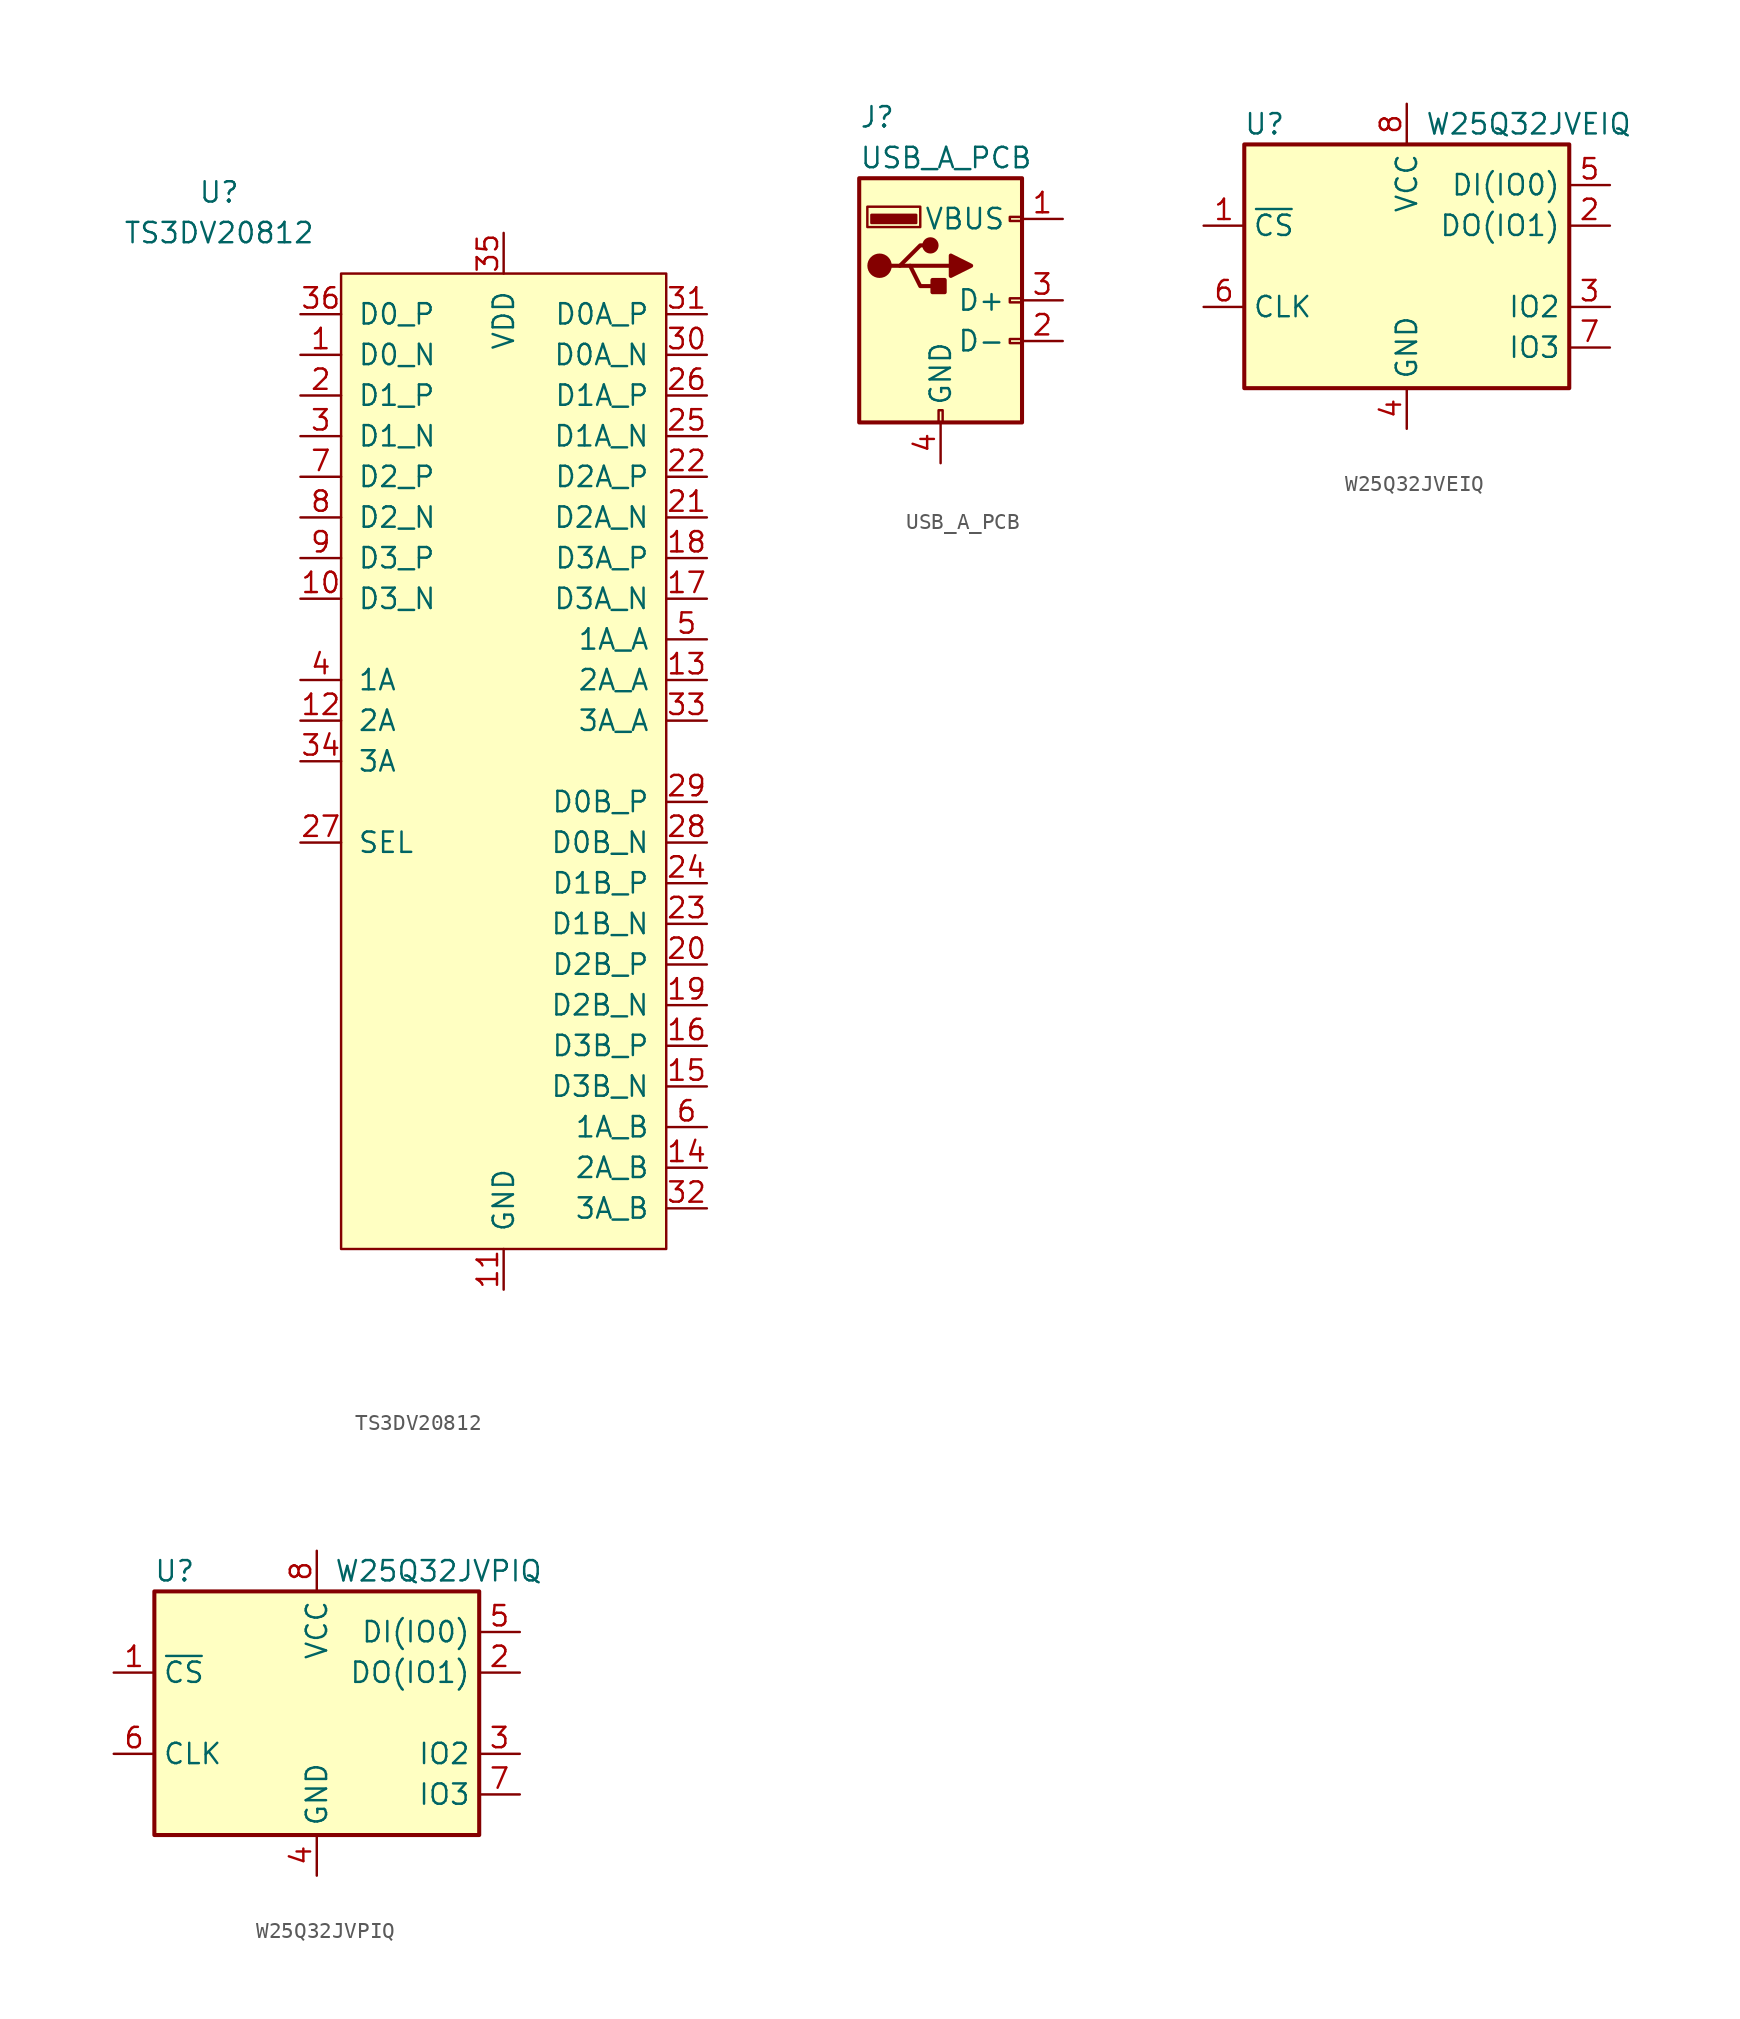
<source format=kicad_sym>
(kicad_symbol_lib
  (version 20241209)
  (generator "kicad_symbol_editor")
  (generator_version "9.0")
  (symbol "TS3DV20812"
    (pin_names
      (offset 1.016))
    (property "Reference" "U"
      (at -7.62 5.08 0)
      (effects (font (size 1.27 1.27))))
    (property "Value" "TS3DV20812"
      (at -7.62 2.54 0)
      (effects (font (size 1.27 1.27))))
    (symbol "TS3DV20812_0_1"
      (rectangle (start 0 0) (end 20.32 -60.96) (stroke (width 0) (type solid)) (fill (type background))))
    (symbol "TS3DV20812_1_1"
      (pin input line (at -2.54 -2.54 0) (length 2.54) (name "D0_P" (effects (font (size 1.27 1.27)))) (number "36" (effects (font (size 1.27 1.27)))))
      (pin input line (at -2.54 -5.08 0) (length 2.54) (name "D0_N" (effects (font (size 1.27 1.27)))) (number "1" (effects (font (size 1.27 1.27)))))
      (pin input line (at -2.54 -7.62 0) (length 2.54) (name "D1_P" (effects (font (size 1.27 1.27)))) (number "2" (effects (font (size 1.27 1.27)))))
      (pin input line (at -2.54 -10.16 0) (length 2.54) (name "D1_N" (effects (font (size 1.27 1.27)))) (number "3" (effects (font (size 1.27 1.27)))))
      (pin input line (at -2.54 -12.7 0) (length 2.54) (name "D2_P" (effects (font (size 1.27 1.27)))) (number "7" (effects (font (size 1.27 1.27)))))
      (pin input line (at -2.54 -15.24 0) (length 2.54) (name "D2_N" (effects (font (size 1.27 1.27)))) (number "8" (effects (font (size 1.27 1.27)))))
      (pin input line (at -2.54 -17.78 0) (length 2.54) (name "D3_P" (effects (font (size 1.27 1.27)))) (number "9" (effects (font (size 1.27 1.27)))))
      (pin input line (at -2.54 -20.32 0) (length 2.54) (name "D3_N" (effects (font (size 1.27 1.27)))) (number "10" (effects (font (size 1.27 1.27)))))
      (pin input line (at -2.54 -25.4 0) (length 2.54) (name "1A" (effects (font (size 1.27 1.27)))) (number "4" (effects (font (size 1.27 1.27)))))
      (pin input line (at -2.54 -27.94 0) (length 2.54) (name "2A" (effects (font (size 1.27 1.27)))) (number "12" (effects (font (size 1.27 1.27)))))
      (pin input line (at -2.54 -30.48 0) (length 2.54) (name "3A" (effects (font (size 1.27 1.27)))) (number "34" (effects (font (size 1.27 1.27)))))
      (pin input line (at -2.54 -35.56 0) (length 2.54) (name "SEL" (effects (font (size 1.27 1.27)))) (number "27" (effects (font (size 1.27 1.27)))))
      (pin power_in line (at 10.16 2.54 270) (length 2.54) (name "VDD" (effects (font (size 1.27 1.27)))) (number "35" (effects (font (size 1.27 1.27)))))
      (pin power_in line (at 10.16 -63.5 90) (length 2.54) (name "GND" (effects (font (size 1.27 1.27)))) (number "11" (effects (font (size 1.27 1.27)))))
      (pin output line (at 22.86 -2.54 180) (length 2.54) (name "D0A_P" (effects (font (size 1.27 1.27)))) (number "31" (effects (font (size 1.27 1.27)))))
      (pin output line (at 22.86 -5.08 180) (length 2.54) (name "D0A_N" (effects (font (size 1.27 1.27)))) (number "30" (effects (font (size 1.27 1.27)))))
      (pin output line (at 22.86 -7.62 180) (length 2.54) (name "D1A_P" (effects (font (size 1.27 1.27)))) (number "26" (effects (font (size 1.27 1.27)))))
      (pin output line (at 22.86 -10.16 180) (length 2.54) (name "D1A_N" (effects (font (size 1.27 1.27)))) (number "25" (effects (font (size 1.27 1.27)))))
      (pin output line (at 22.86 -12.7 180) (length 2.54) (name "D2A_P" (effects (font (size 1.27 1.27)))) (number "22" (effects (font (size 1.27 1.27)))))
      (pin output line (at 22.86 -15.24 180) (length 2.54) (name "D2A_N" (effects (font (size 1.27 1.27)))) (number "21" (effects (font (size 1.27 1.27)))))
      (pin output line (at 22.86 -17.78 180) (length 2.54) (name "D3A_P" (effects (font (size 1.27 1.27)))) (number "18" (effects (font (size 1.27 1.27)))))
      (pin output line (at 22.86 -20.32 180) (length 2.54) (name "D3A_N" (effects (font (size 1.27 1.27)))) (number "17" (effects (font (size 1.27 1.27)))))
      (pin output line (at 22.86 -22.86 180) (length 2.54) (name "1A_A" (effects (font (size 1.27 1.27)))) (number "5" (effects (font (size 1.27 1.27)))))
      (pin output line (at 22.86 -25.4 180) (length 2.54) (name "2A_A" (effects (font (size 1.27 1.27)))) (number "13" (effects (font (size 1.27 1.27)))))
      (pin output line (at 22.86 -27.94 180) (length 2.54) (name "3A_A" (effects (font (size 1.27 1.27)))) (number "33" (effects (font (size 1.27 1.27)))))
      (pin output line (at 22.86 -33.02 180) (length 2.54) (name "D0B_P" (effects (font (size 1.27 1.27)))) (number "29" (effects (font (size 1.27 1.27)))))
      (pin output line (at 22.86 -35.56 180) (length 2.54) (name "D0B_N" (effects (font (size 1.27 1.27)))) (number "28" (effects (font (size 1.27 1.27)))))
      (pin output line (at 22.86 -38.1 180) (length 2.54) (name "D1B_P" (effects (font (size 1.27 1.27)))) (number "24" (effects (font (size 1.27 1.27)))))
      (pin output line (at 22.86 -40.64 180) (length 2.54) (name "D1B_N" (effects (font (size 1.27 1.27)))) (number "23" (effects (font (size 1.27 1.27)))))
      (pin output line (at 22.86 -43.18 180) (length 2.54) (name "D2B_P" (effects (font (size 1.27 1.27)))) (number "20" (effects (font (size 1.27 1.27)))))
      (pin output line (at 22.86 -45.72 180) (length 2.54) (name "D2B_N" (effects (font (size 1.27 1.27)))) (number "19" (effects (font (size 1.27 1.27)))))
      (pin output line (at 22.86 -48.26 180) (length 2.54) (name "D3B_P" (effects (font (size 1.27 1.27)))) (number "16" (effects (font (size 1.27 1.27)))))
      (pin output line (at 22.86 -50.8 180) (length 2.54) (name "D3B_N" (effects (font (size 1.27 1.27)))) (number "15" (effects (font (size 1.27 1.27)))))
      (pin output line (at 22.86 -53.34 180) (length 2.54) (name "1A_B" (effects (font (size 1.27 1.27)))) (number "6" (effects (font (size 1.27 1.27)))))
      (pin output line (at 22.86 -55.88 180) (length 2.54) (name "2A_B" (effects (font (size 1.27 1.27)))) (number "14" (effects (font (size 1.27 1.27)))))
      (pin output line (at 22.86 -58.42 180) (length 2.54) (name "3A_B" (effects (font (size 1.27 1.27)))) (number "32" (effects (font (size 1.27 1.27)))))))
  (symbol "USB_A_PCB"
    (pin_names
      (offset 1.016))
    (property "Reference" "J"
      (at -5.08 11.43 0)
      (effects (font (size 1.27 1.27)) (justify left)))
    (property "Value" "USB_A_PCB"
      (at -5.08 8.89 0)
      (effects (font (size 1.27 1.27)) (justify left)))
    (symbol "USB_A_PCB_0_1"
      (rectangle (start -5.08 -7.62) (end 5.08 7.62) (stroke (width 0.254) (type solid)) (fill (type background)))
      (circle (center -3.81 2.159) (radius 0.635) (stroke (width 0.254) (type solid)) (fill (type outline)))
      (polyline (pts (xy -3.175 2.159) (xy -2.54 2.159) (xy -1.27 3.429) (xy -0.635 3.429)) (stroke (width 0.254) (type solid)) (fill (type none)))
      (polyline (pts (xy -2.54 2.159) (xy -1.905 2.159) (xy -1.27 0.889) (xy 0 0.889)) (stroke (width 0.254) (type solid)) (fill (type none)))
      (rectangle (start -1.524 4.826) (end -4.318 5.334) (stroke (width 0) (type solid)) (fill (type outline)))
      (rectangle (start -1.27 4.572) (end -4.572 5.842) (stroke (width 0) (type solid)) (fill (type none)))
      (circle (center -0.635 3.429) (radius 0.381) (stroke (width 0.254) (type solid)) (fill (type outline)))
      (rectangle (start -0.127 -7.62) (end 0.127 -6.858) (stroke (width 0) (type solid)) (fill (type none)))
      (rectangle (start 0.254 1.27) (end -0.508 0.508) (stroke (width 0.254) (type solid)) (fill (type outline)))
      (polyline (pts (xy 0.635 2.794) (xy 0.635 1.524) (xy 1.905 2.159) (xy 0.635 2.794)) (stroke (width 0.254) (type solid)) (fill (type outline)))
      (rectangle (start 5.08 4.953) (end 4.318 5.207) (stroke (width 0) (type solid)) (fill (type none)))
      (rectangle (start 5.08 -0.127) (end 4.318 0.127) (stroke (width 0) (type solid)) (fill (type none)))
      (rectangle (start 5.08 -2.667) (end 4.318 -2.413) (stroke (width 0) (type solid)) (fill (type none))))
    (symbol "USB_A_PCB_1_1"
      (polyline (pts (xy -1.905 2.159) (xy 0.635 2.159)) (stroke (width 0.254) (type solid)) (fill (type none)))
      (pin power_out line (at 0 -10.16 90) (length 2.54) (name "GND" (effects (font (size 1.27 1.27)))) (number "4" (effects (font (size 1.27 1.27)))))
      (pin power_out line (at 7.62 5.08 180) (length 2.54) (name "VBUS" (effects (font (size 1.27 1.27)))) (number "1" (effects (font (size 1.27 1.27)))))
      (pin bidirectional line (at 7.62 0 180) (length 2.54) (name "D+" (effects (font (size 1.27 1.27)))) (number "3" (effects (font (size 1.27 1.27)))))
      (pin bidirectional line (at 7.62 -2.54 180) (length 2.54) (name "D-" (effects (font (size 1.27 1.27)))) (number "2" (effects (font (size 1.27 1.27)))))))
  (symbol "W25Q32JVEIQ"
    (property "Reference" "U"
      (at -8.89 8.89 0)
      (effects (font (size 1.27 1.27))))
    (property "Value" "W25Q32JVEIQ"
      (at 7.62 8.89 0)
      (effects (font (size 1.27 1.27))))
    (symbol "W25Q32JVEIQ_0_1"
      (rectangle (start -10.16 7.62) (end 10.16 -7.62) (stroke (width 0.254) (type solid)) (fill (type background))))
    (symbol "W25Q32JVEIQ_1_1"
      (pin input line (at -12.7 2.54 0) (length 2.54) (name "~{CS}" (effects (font (size 1.27 1.27)))) (number "1" (effects (font (size 1.27 1.27)))))
      (pin input line (at -12.7 -2.54 0) (length 2.54) (name "CLK" (effects (font (size 1.27 1.27)))) (number "6" (effects (font (size 1.27 1.27)))))
      (pin power_in line (at 0 10.16 270) (length 2.54) (name "VCC" (effects (font (size 1.27 1.27)))) (number "8" (effects (font (size 1.27 1.27)))))
      (pin power_in line (at 0 -10.16 90) (length 2.54) (name "GND" (effects (font (size 1.27 1.27)))) (number "4" (effects (font (size 1.27 1.27)))))
      (pin bidirectional line (at 12.7 5.08 180) (length 2.54) (name "DI(IO0)" (effects (font (size 1.27 1.27)))) (number "5" (effects (font (size 1.27 1.27)))))
      (pin bidirectional line (at 12.7 2.54 180) (length 2.54) (name "DO(IO1)" (effects (font (size 1.27 1.27)))) (number "2" (effects (font (size 1.27 1.27)))))
      (pin bidirectional line (at 12.7 -2.54 180) (length 2.54) (name "IO2" (effects (font (size 1.27 1.27)))) (number "3" (effects (font (size 1.27 1.27)))))
      (pin bidirectional line (at 12.7 -5.08 180) (length 2.54) (name "IO3" (effects (font (size 1.27 1.27)))) (number "7" (effects (font (size 1.27 1.27)))))))
  (symbol "W25Q32JVPIQ"
    (property "Reference" "U"
      (at -8.89 8.89 0)
      (effects (font (size 1.27 1.27))))
    (property "Value" "W25Q32JVPIQ"
      (at 7.62 8.89 0)
      (effects (font (size 1.27 1.27))))
    (symbol "W25Q32JVPIQ_0_1"
      (rectangle (start -10.16 7.62) (end 10.16 -7.62) (stroke (width 0.254) (type solid)) (fill (type background))))
    (symbol "W25Q32JVPIQ_1_1"
      (pin input line (at -12.7 2.54 0) (length 2.54) (name "~{CS}" (effects (font (size 1.27 1.27)))) (number "1" (effects (font (size 1.27 1.27)))))
      (pin input line (at -12.7 -2.54 0) (length 2.54) (name "CLK" (effects (font (size 1.27 1.27)))) (number "6" (effects (font (size 1.27 1.27)))))
      (pin power_in line (at 0 10.16 270) (length 2.54) (name "VCC" (effects (font (size 1.27 1.27)))) (number "8" (effects (font (size 1.27 1.27)))))
      (pin power_in line (at 0 -10.16 90) (length 2.54) (name "GND" (effects (font (size 1.27 1.27)))) (number "4" (effects (font (size 1.27 1.27)))))
      (pin bidirectional line (at 12.7 5.08 180) (length 2.54) (name "DI(IO0)" (effects (font (size 1.27 1.27)))) (number "5" (effects (font (size 1.27 1.27)))))
      (pin bidirectional line (at 12.7 2.54 180) (length 2.54) (name "DO(IO1)" (effects (font (size 1.27 1.27)))) (number "2" (effects (font (size 1.27 1.27)))))
      (pin bidirectional line (at 12.7 -2.54 180) (length 2.54) (name "IO2" (effects (font (size 1.27 1.27)))) (number "3" (effects (font (size 1.27 1.27)))))
      (pin bidirectional line (at 12.7 -5.08 180) (length 2.54) (name "IO3" (effects (font (size 1.27 1.27)))) (number "7" (effects (font (size 1.27 1.27))))))))
</source>
